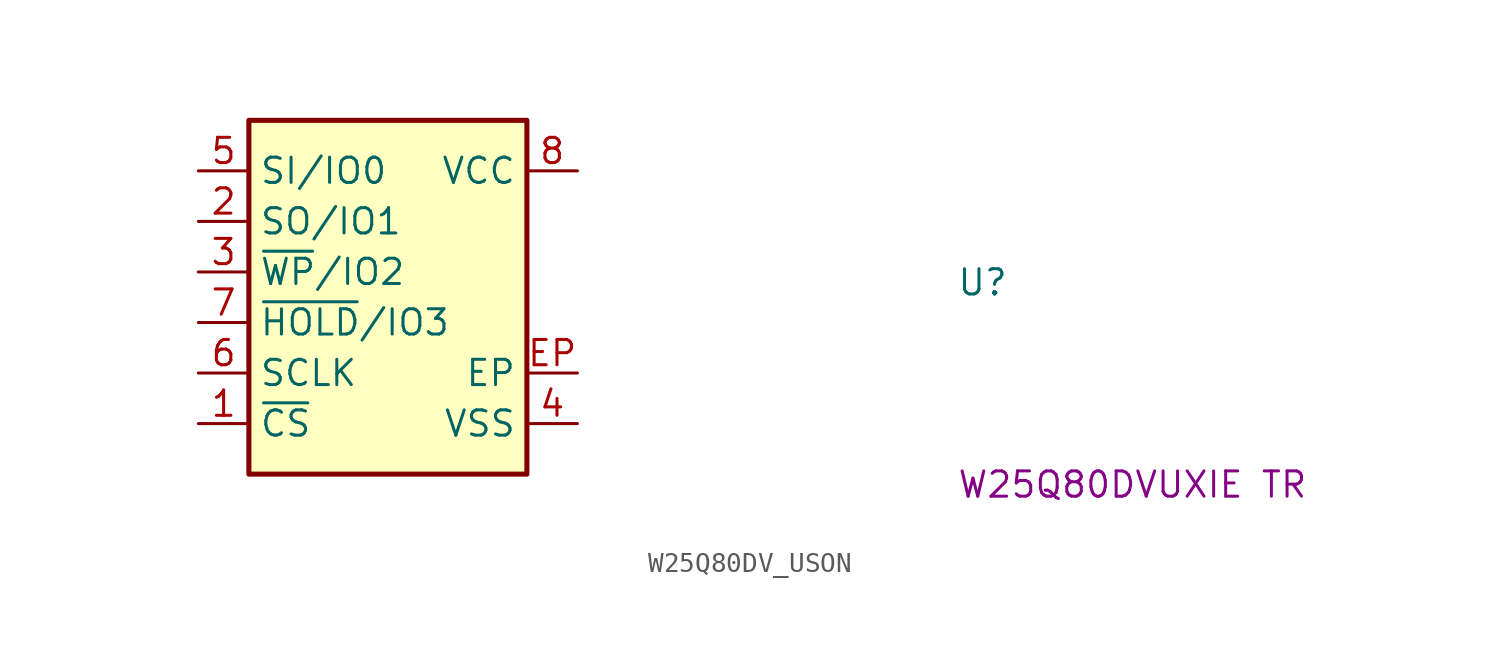
<source format=kicad_sym>
(kicad_symbol_lib
  (version 20220914)
  (generator kicad_symbol_editor)
  (symbol "W25Q80DV_USON"
    (property "Reference" "U"
      (at 38.1 -6.35 0)
      (effects (font (size 1.27 1.27) (thickness 0.15)) (justify left bottom)))
    (property "MPN" "W25Q80DVUXIE TR"
      (at 38.1 -16.51 0)
      (effects (font (size 1.27 1.27) (thickness 0.15)) (justify left bottom)))
    (symbol "W25Q80DV_USON_1_1"
      (rectangle (start 2.54 2.54) (end 16.51 -15.24) (stroke (width 0.254) (type default)) (fill (type background)))
      (pin input line (at 0 -12.7 0) (length 2.54) (name "~{CS}" (effects (font (size 1.27 1.27)))) (number "1" (effects (font (size 1.27 1.27)))))
      (pin input line (at 0 -2.54 0) (length 2.54) (name "SO/IO1" (effects (font (size 1.27 1.27)))) (number "2" (effects (font (size 1.27 1.27)))))
      (pin input line (at 0 -5.08 0) (length 2.54) (name "~{WP}/IO2" (effects (font (size 1.27 1.27)))) (number "3" (effects (font (size 1.27 1.27)))))
      (pin power_in line (at 19.05 -12.7 180) (length 2.54) (name "VSS" (effects (font (size 1.27 1.27)))) (number "4" (effects (font (size 1.27 1.27)))))
      (pin input line (at 0 0 0) (length 2.54) (name "SI/IO0" (effects (font (size 1.27 1.27)))) (number "5" (effects (font (size 1.27 1.27)))))
      (pin input line (at 0 -10.16 0) (length 2.54) (name "SCLK" (effects (font (size 1.27 1.27)))) (number "6" (effects (font (size 1.27 1.27)))))
      (pin input line (at 0 -7.62 0) (length 2.54) (name "~{HOLD}/IO3" (effects (font (size 1.27 1.27)))) (number "7" (effects (font (size 1.27 1.27)))))
      (pin power_in line (at 19.05 0 180) (length 2.54) (name "VCC" (effects (font (size 1.27 1.27)))) (number "8" (effects (font (size 1.27 1.27)))))
      (pin power_in line (at 19.05 -10.16 180) (length 2.54) (name "EP" (effects (font (size 1.27 1.27)))) (number "EP" (effects (font (size 1.27 1.27))))))))
</source>
